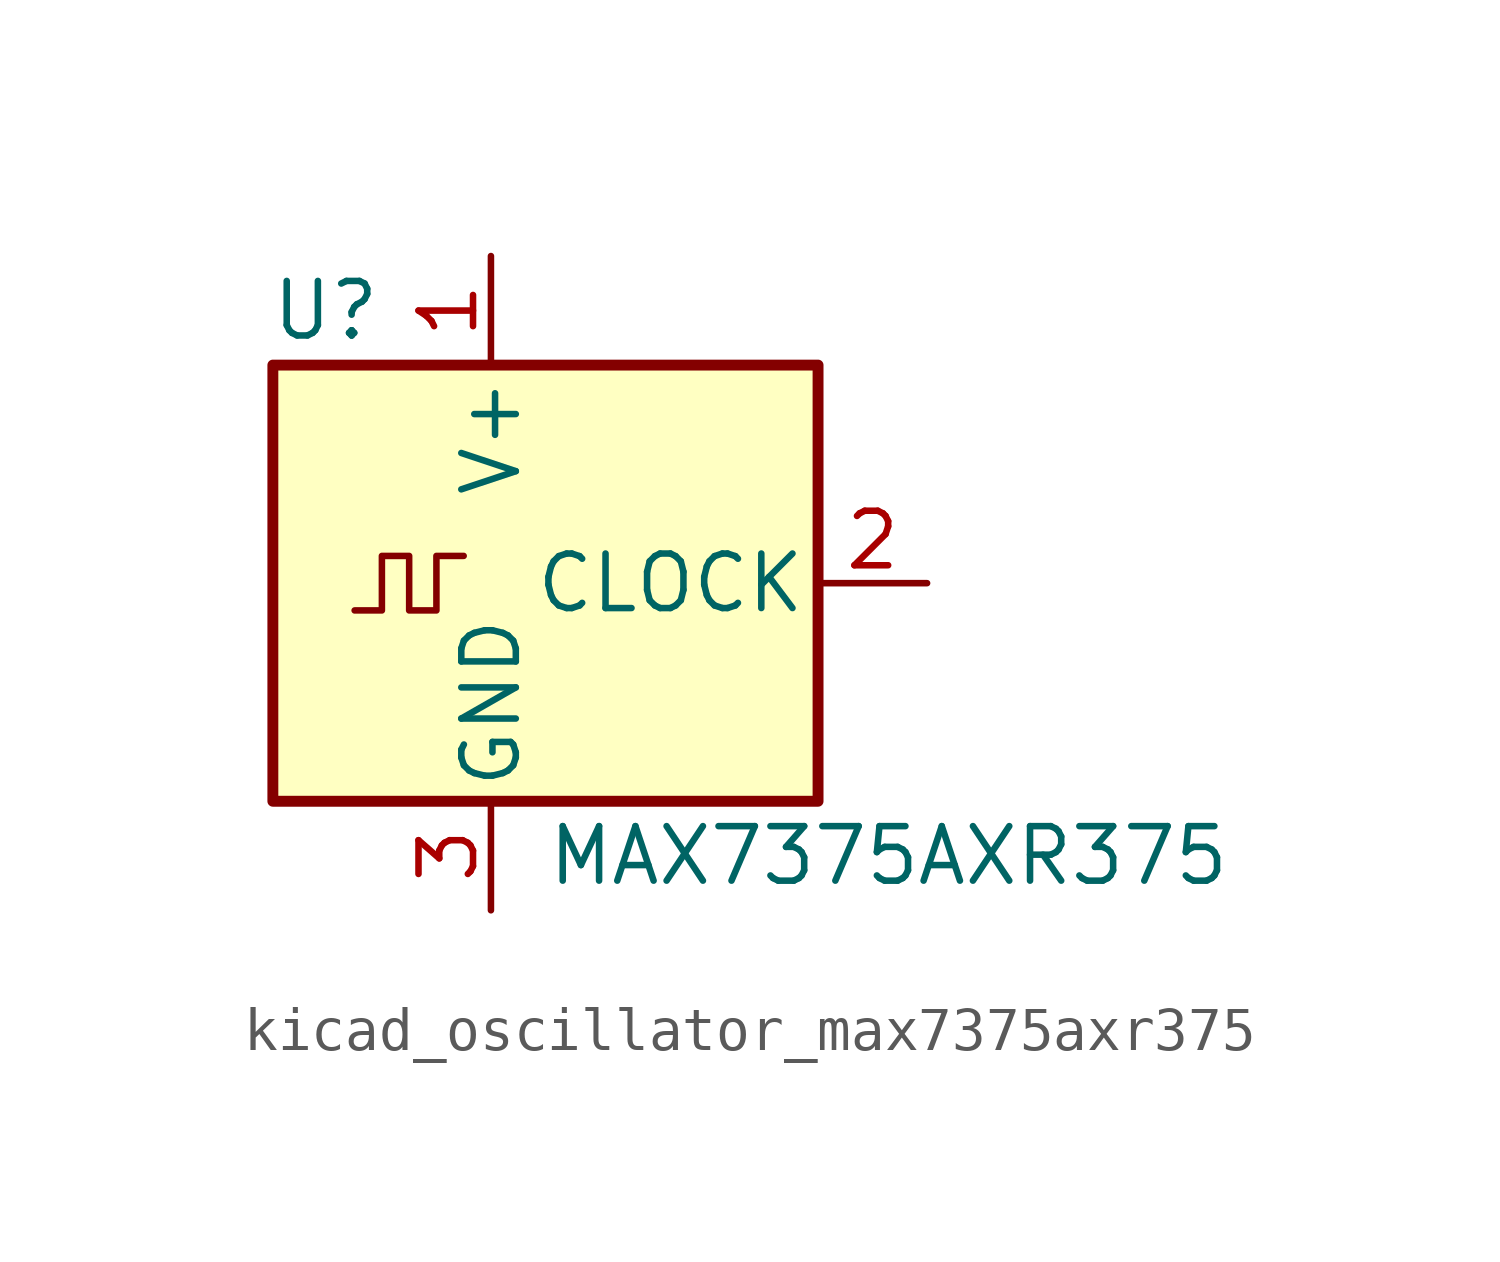
<source format=kicad_sym>
(kicad_symbol_lib
  (version 20220914)
  (generator kicad_symbol_editor)
  (symbol "kicad_oscillator_max7375axr375"
    (pin_names
      (offset 0.254))
    (property "Reference" "U"
      (at -2.54 6.35 0)
      (effects (font (size 1.27 1.27)) (justify right)))
    (property "Value" "MAX7375AXR375"
      (at 1.27 -6.35 0)
      (effects (font (size 1.27 1.27)) (justify left)))
    (symbol "kicad_oscillator_max7375axr375_0_1"
      (rectangle (start -5.08 5.08) (end 7.62 -5.08) (stroke (width 0.254) (type default)) (fill (type background)))
      (polyline (pts (xy -3.175 -0.635) (xy -2.54 -0.635) (xy -2.54 0.635) (xy -1.905 0.635) (xy -1.905 -0.635) (xy -1.27 -0.635) (xy -1.27 0.635) (xy -0.635 0.635)) (stroke (width 0) (type default)) (fill (type none))))
    (symbol "kicad_oscillator_max7375axr375_1_1"
      (pin power_in line (at 0 7.62 270) (length 2.54) (name "V+" (effects (font (size 1.27 1.27)))) (number "1" (effects (font (size 1.27 1.27)))))
      (pin output line (at 10.16 0 180) (length 2.54) (name "CLOCK" (effects (font (size 1.27 1.27)))) (number "2" (effects (font (size 1.27 1.27)))))
      (pin power_in line (at 0 -7.62 90) (length 2.54) (name "GND" (effects (font (size 1.27 1.27)))) (number "3" (effects (font (size 1.27 1.27))))))))
</source>
